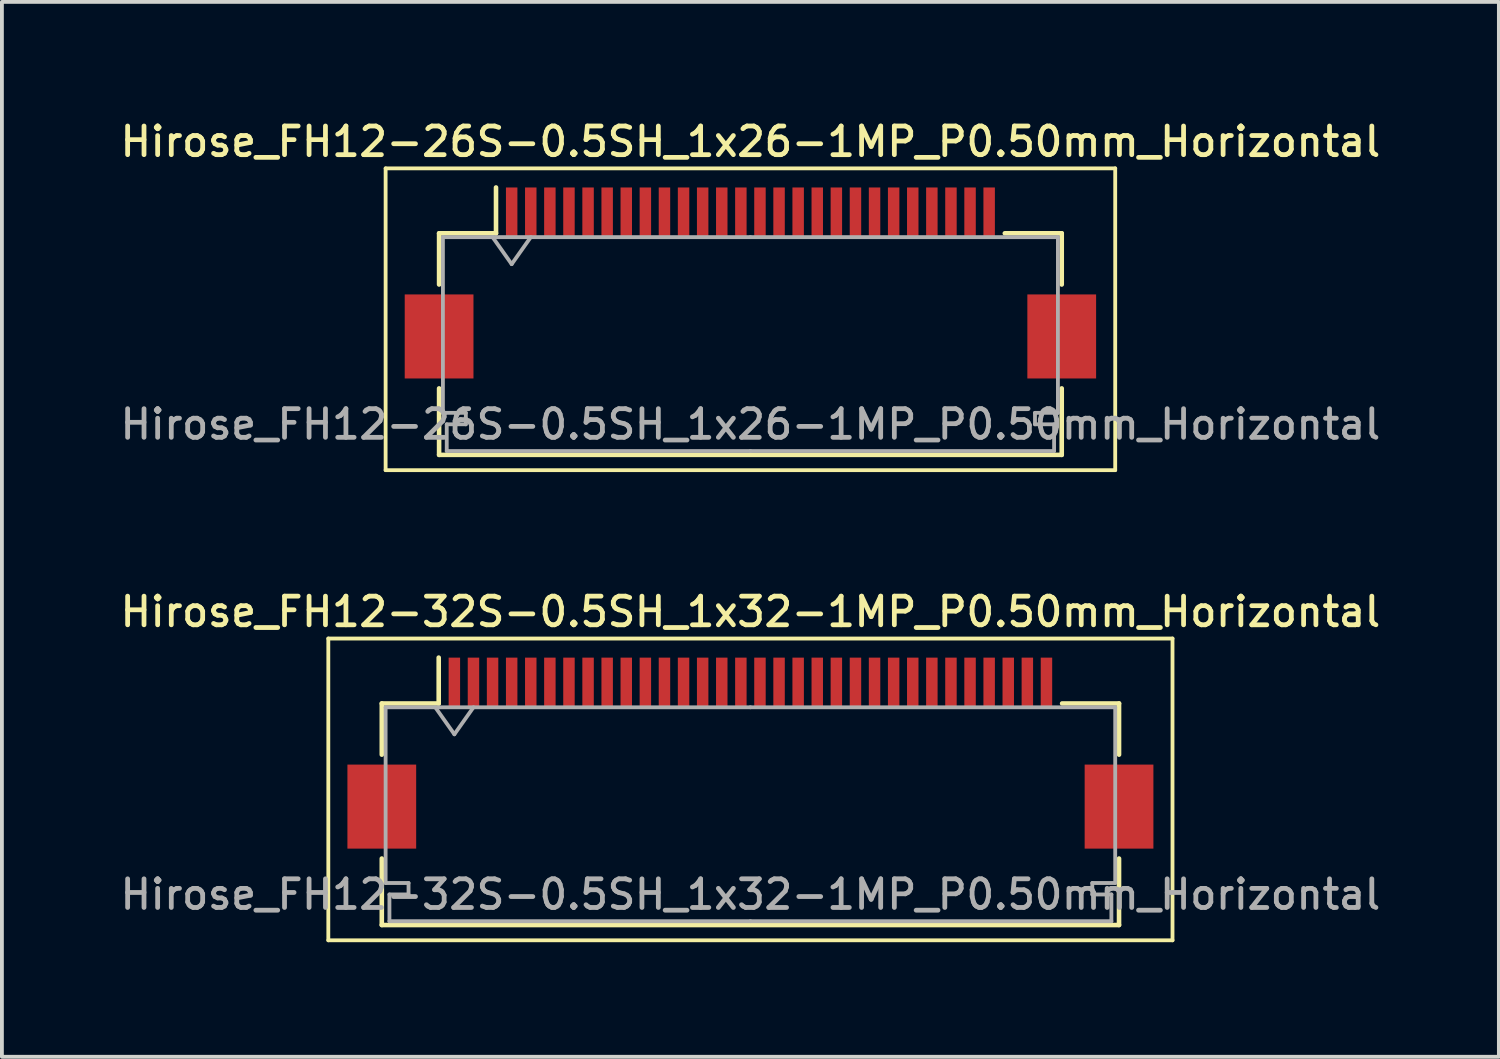
<source format=kicad_pcb>
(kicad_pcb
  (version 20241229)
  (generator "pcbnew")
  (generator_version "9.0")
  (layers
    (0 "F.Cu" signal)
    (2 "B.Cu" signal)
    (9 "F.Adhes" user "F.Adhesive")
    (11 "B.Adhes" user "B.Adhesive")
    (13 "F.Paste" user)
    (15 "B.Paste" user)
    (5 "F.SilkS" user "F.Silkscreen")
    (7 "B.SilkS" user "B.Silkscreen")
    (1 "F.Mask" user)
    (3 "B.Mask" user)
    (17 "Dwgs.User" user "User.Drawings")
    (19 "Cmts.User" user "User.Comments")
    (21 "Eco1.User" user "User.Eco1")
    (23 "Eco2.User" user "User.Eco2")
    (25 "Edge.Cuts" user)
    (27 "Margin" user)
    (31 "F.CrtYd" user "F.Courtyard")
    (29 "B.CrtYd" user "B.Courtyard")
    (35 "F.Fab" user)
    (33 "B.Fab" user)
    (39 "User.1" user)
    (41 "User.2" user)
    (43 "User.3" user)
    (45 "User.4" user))
  (footprint "Hirose_FH12-26S-0.5SH_1x26-1MP_P0.50mm_Horizontal"
    (layer "F.Cu")
    (at 16.595 4.358)
    (property "Reference" "Hirose_FH12-26S-0.5SH_1x26-1MP_P0.50mm_Horizontal" (at 0 -3.7 0) (layer "F.SilkS") (effects (font (size 0.75 0.75) (thickness 0.125))))
    (attr smd)
    (fp_line (start -9.55 -3) (end -9.55 4.9) (stroke (width 0.1) (type solid)) (layer "F.SilkS"))
    (fp_line (start -9.55 4.9) (end 9.55 4.9) (stroke (width 0.1) (type solid)) (layer "F.SilkS"))
    (fp_line (start -8.15 -1.3) (end -8.15 0.04) (stroke (width 0.12) (type solid)) (layer "F.SilkS"))
    (fp_line (start -8.15 2.76) (end -8.15 4.5) (stroke (width 0.12) (type solid)) (layer "F.SilkS"))
    (fp_line (start -8.15 4.5) (end 8.15 4.5) (stroke (width 0.12) (type solid)) (layer "F.SilkS"))
    (fp_line (start -6.66 -1.3) (end -8.15 -1.3) (stroke (width 0.12) (type solid)) (layer "F.SilkS"))
    (fp_line (start -6.66 -1.3) (end -6.66 -2.5) (stroke (width 0.12) (type solid)) (layer "F.SilkS"))
    (fp_line (start 6.66 -1.3) (end 8.15 -1.3) (stroke (width 0.12) (type solid)) (layer "F.SilkS"))
    (fp_line (start 8.15 -1.3) (end 8.15 0.04) (stroke (width 0.12) (type solid)) (layer "F.SilkS"))
    (fp_line (start 8.15 4.5) (end 8.15 2.76) (stroke (width 0.12) (type solid)) (layer "F.SilkS"))
    (fp_line (start 9.55 -3) (end -9.55 -3) (stroke (width 0.1) (type solid)) (layer "F.SilkS"))
    (fp_line (start 9.55 4.9) (end 9.55 -3) (stroke (width 0.1) (type solid)) (layer "F.SilkS"))
    (fp_line (start -8.05 -1.2) (end -8.05 3.4) (stroke (width 0.1) (type solid)) (layer "F.Fab"))
    (fp_line (start -8.05 3.4) (end -7.45 3.4) (stroke (width 0.1) (type solid)) (layer "F.Fab"))
    (fp_line (start -7.95 3.7) (end -7.95 4.4) (stroke (width 0.1) (type solid)) (layer "F.Fab"))
    (fp_line (start -7.95 4.4) (end 0 4.4) (stroke (width 0.1) (type solid)) (layer "F.Fab"))
    (fp_line (start -7.45 3.4) (end -7.45 3.7) (stroke (width 0.1) (type solid)) (layer "F.Fab"))
    (fp_line (start -7.45 3.7) (end -7.95 3.7) (stroke (width 0.1) (type solid)) (layer "F.Fab"))
    (fp_line (start -6.75 -1.2) (end -6.25 -0.493) (stroke (width 0.1) (type solid)) (layer "F.Fab"))
    (fp_line (start -6.25 -0.493) (end -5.75 -1.2) (stroke (width 0.1) (type solid)) (layer "F.Fab"))
    (fp_line (start 0 -1.2) (end -8.05 -1.2) (stroke (width 0.1) (type solid)) (layer "F.Fab"))
    (fp_line (start 0 -1.2) (end 8.05 -1.2) (stroke (width 0.1) (type solid)) (layer "F.Fab"))
    (fp_line (start 7.45 3.4) (end 7.45 3.7) (stroke (width 0.1) (type solid)) (layer "F.Fab"))
    (fp_line (start 7.45 3.7) (end 7.95 3.7) (stroke (width 0.1) (type solid)) (layer "F.Fab"))
    (fp_line (start 7.95 3.7) (end 7.95 4.4) (stroke (width 0.1) (type solid)) (layer "F.Fab"))
    (fp_line (start 7.95 4.4) (end 0 4.4) (stroke (width 0.1) (type solid)) (layer "F.Fab"))
    (fp_line (start 8.05 -1.2) (end 8.05 3.4) (stroke (width 0.1) (type solid)) (layer "F.Fab"))
    (fp_line (start 8.05 3.4) (end 7.45 3.4) (stroke (width 0.1) (type solid)) (layer "F.Fab"))
    (fp_text user "${REFERENCE}" (at 0 3.7 0) (layer "F.Fab") (effects (font (size 0.75 0.75) (thickness 0.125))))
    (pad "1" smd rect (at -6.25 -1.85) (size 0.3 1.3) (layers "F.Cu" "F.Mask" "F.Paste"))
    (pad "2" smd rect (at -5.75 -1.85) (size 0.3 1.3) (layers "F.Cu" "F.Mask" "F.Paste"))
    (pad "3" smd rect (at -5.25 -1.85) (size 0.3 1.3) (layers "F.Cu" "F.Mask" "F.Paste"))
    (pad "4" smd rect (at -4.75 -1.85) (size 0.3 1.3) (layers "F.Cu" "F.Mask" "F.Paste"))
    (pad "5" smd rect (at -4.25 -1.85) (size 0.3 1.3) (layers "F.Cu" "F.Mask" "F.Paste"))
    (pad "6" smd rect (at -3.75 -1.85) (size 0.3 1.3) (layers "F.Cu" "F.Mask" "F.Paste"))
    (pad "7" smd rect (at -3.25 -1.85) (size 0.3 1.3) (layers "F.Cu" "F.Mask" "F.Paste"))
    (pad "8" smd rect (at -2.75 -1.85) (size 0.3 1.3) (layers "F.Cu" "F.Mask" "F.Paste"))
    (pad "9" smd rect (at -2.25 -1.85) (size 0.3 1.3) (layers "F.Cu" "F.Mask" "F.Paste"))
    (pad "10" smd rect (at -1.75 -1.85) (size 0.3 1.3) (layers "F.Cu" "F.Mask" "F.Paste"))
    (pad "11" smd rect (at -1.25 -1.85) (size 0.3 1.3) (layers "F.Cu" "F.Mask" "F.Paste"))
    (pad "12" smd rect (at -0.75 -1.85) (size 0.3 1.3) (layers "F.Cu" "F.Mask" "F.Paste"))
    (pad "13" smd rect (at -0.25 -1.85) (size 0.3 1.3) (layers "F.Cu" "F.Mask" "F.Paste"))
    (pad "14" smd rect (at 0.25 -1.85) (size 0.3 1.3) (layers "F.Cu" "F.Mask" "F.Paste"))
    (pad "15" smd rect (at 0.75 -1.85) (size 0.3 1.3) (layers "F.Cu" "F.Mask" "F.Paste"))
    (pad "16" smd rect (at 1.25 -1.85) (size 0.3 1.3) (layers "F.Cu" "F.Mask" "F.Paste"))
    (pad "17" smd rect (at 1.75 -1.85) (size 0.3 1.3) (layers "F.Cu" "F.Mask" "F.Paste"))
    (pad "18" smd rect (at 2.25 -1.85) (size 0.3 1.3) (layers "F.Cu" "F.Mask" "F.Paste"))
    (pad "19" smd rect (at 2.75 -1.85) (size 0.3 1.3) (layers "F.Cu" "F.Mask" "F.Paste"))
    (pad "20" smd rect (at 3.25 -1.85) (size 0.3 1.3) (layers "F.Cu" "F.Mask" "F.Paste"))
    (pad "21" smd rect (at 3.75 -1.85) (size 0.3 1.3) (layers "F.Cu" "F.Mask" "F.Paste"))
    (pad "22" smd rect (at 4.25 -1.85) (size 0.3 1.3) (layers "F.Cu" "F.Mask" "F.Paste"))
    (pad "23" smd rect (at 4.75 -1.85) (size 0.3 1.3) (layers "F.Cu" "F.Mask" "F.Paste"))
    (pad "24" smd rect (at 5.25 -1.85) (size 0.3 1.3) (layers "F.Cu" "F.Mask" "F.Paste"))
    (pad "25" smd rect (at 5.75 -1.85) (size 0.3 1.3) (layers "F.Cu" "F.Mask" "F.Paste"))
    (pad "26" smd rect (at 6.25 -1.85) (size 0.3 1.3) (layers "F.Cu" "F.Mask" "F.Paste"))
    (pad "MP" smd rect (at -8.15 1.4) (size 1.8 2.2) (layers "F.Cu" "F.Mask" "F.Paste"))
    (pad "MP" smd rect (at 8.15 1.4) (size 1.8 2.2) (layers "F.Cu" "F.Mask" "F.Paste")))
  (footprint "Hirose_FH12-32S-0.5SH_1x32-1MP_P0.50mm_Horizontal"
    (layer "F.Cu")
    (at 16.595 16.666)
    (property "Reference" "Hirose_FH12-32S-0.5SH_1x32-1MP_P0.50mm_Horizontal" (at 0 -3.7 0) (layer "F.SilkS") (effects (font (size 0.75 0.75) (thickness 0.125))))
    (attr smd)
    (fp_line (start -11.05 -3) (end -11.05 4.9) (stroke (width 0.1) (type solid)) (layer "F.SilkS"))
    (fp_line (start -11.05 4.9) (end 11.05 4.9) (stroke (width 0.1) (type solid)) (layer "F.SilkS"))
    (fp_line (start -9.65 -1.3) (end -9.65 0.04) (stroke (width 0.12) (type solid)) (layer "F.SilkS"))
    (fp_line (start -9.65 2.76) (end -9.65 4.5) (stroke (width 0.12) (type solid)) (layer "F.SilkS"))
    (fp_line (start -9.65 4.5) (end 9.65 4.5) (stroke (width 0.12) (type solid)) (layer "F.SilkS"))
    (fp_line (start -8.16 -1.3) (end -9.65 -1.3) (stroke (width 0.12) (type solid)) (layer "F.SilkS"))
    (fp_line (start -8.16 -1.3) (end -8.16 -2.5) (stroke (width 0.12) (type solid)) (layer "F.SilkS"))
    (fp_line (start 8.16 -1.3) (end 9.65 -1.3) (stroke (width 0.12) (type solid)) (layer "F.SilkS"))
    (fp_line (start 9.65 -1.3) (end 9.65 0.04) (stroke (width 0.12) (type solid)) (layer "F.SilkS"))
    (fp_line (start 9.65 4.5) (end 9.65 2.76) (stroke (width 0.12) (type solid)) (layer "F.SilkS"))
    (fp_line (start 11.05 -3) (end -11.05 -3) (stroke (width 0.1) (type solid)) (layer "F.SilkS"))
    (fp_line (start 11.05 4.9) (end 11.05 -3) (stroke (width 0.1) (type solid)) (layer "F.SilkS"))
    (fp_line (start -9.55 -1.2) (end -9.55 3.4) (stroke (width 0.1) (type solid)) (layer "F.Fab"))
    (fp_line (start -9.55 3.4) (end -8.95 3.4) (stroke (width 0.1) (type solid)) (layer "F.Fab"))
    (fp_line (start -9.45 3.7) (end -9.45 4.4) (stroke (width 0.1) (type solid)) (layer "F.Fab"))
    (fp_line (start -9.45 4.4) (end 0 4.4) (stroke (width 0.1) (type solid)) (layer "F.Fab"))
    (fp_line (start -8.95 3.4) (end -8.95 3.7) (stroke (width 0.1) (type solid)) (layer "F.Fab"))
    (fp_line (start -8.95 3.7) (end -9.45 3.7) (stroke (width 0.1) (type solid)) (layer "F.Fab"))
    (fp_line (start -8.25 -1.2) (end -7.75 -0.493) (stroke (width 0.1) (type solid)) (layer "F.Fab"))
    (fp_line (start -7.75 -0.493) (end -7.25 -1.2) (stroke (width 0.1) (type solid)) (layer "F.Fab"))
    (fp_line (start 0 -1.2) (end -9.55 -1.2) (stroke (width 0.1) (type solid)) (layer "F.Fab"))
    (fp_line (start 0 -1.2) (end 9.55 -1.2) (stroke (width 0.1) (type solid)) (layer "F.Fab"))
    (fp_line (start 8.95 3.4) (end 8.95 3.7) (stroke (width 0.1) (type solid)) (layer "F.Fab"))
    (fp_line (start 8.95 3.7) (end 9.45 3.7) (stroke (width 0.1) (type solid)) (layer "F.Fab"))
    (fp_line (start 9.45 3.7) (end 9.45 4.4) (stroke (width 0.1) (type solid)) (layer "F.Fab"))
    (fp_line (start 9.45 4.4) (end 0 4.4) (stroke (width 0.1) (type solid)) (layer "F.Fab"))
    (fp_line (start 9.55 -1.2) (end 9.55 3.4) (stroke (width 0.1) (type solid)) (layer "F.Fab"))
    (fp_line (start 9.55 3.4) (end 8.95 3.4) (stroke (width 0.1) (type solid)) (layer "F.Fab"))
    (fp_text user "${REFERENCE}" (at 0 3.7 0) (layer "F.Fab") (effects (font (size 0.75 0.75) (thickness 0.125))))
    (pad "1" smd rect (at -7.75 -1.85) (size 0.3 1.3) (layers "F.Cu" "F.Mask" "F.Paste"))
    (pad "2" smd rect (at -7.25 -1.85) (size 0.3 1.3) (layers "F.Cu" "F.Mask" "F.Paste"))
    (pad "3" smd rect (at -6.75 -1.85) (size 0.3 1.3) (layers "F.Cu" "F.Mask" "F.Paste"))
    (pad "4" smd rect (at -6.25 -1.85) (size 0.3 1.3) (layers "F.Cu" "F.Mask" "F.Paste"))
    (pad "5" smd rect (at -5.75 -1.85) (size 0.3 1.3) (layers "F.Cu" "F.Mask" "F.Paste"))
    (pad "6" smd rect (at -5.25 -1.85) (size 0.3 1.3) (layers "F.Cu" "F.Mask" "F.Paste"))
    (pad "7" smd rect (at -4.75 -1.85) (size 0.3 1.3) (layers "F.Cu" "F.Mask" "F.Paste"))
    (pad "8" smd rect (at -4.25 -1.85) (size 0.3 1.3) (layers "F.Cu" "F.Mask" "F.Paste"))
    (pad "9" smd rect (at -3.75 -1.85) (size 0.3 1.3) (layers "F.Cu" "F.Mask" "F.Paste"))
    (pad "10" smd rect (at -3.25 -1.85) (size 0.3 1.3) (layers "F.Cu" "F.Mask" "F.Paste"))
    (pad "11" smd rect (at -2.75 -1.85) (size 0.3 1.3) (layers "F.Cu" "F.Mask" "F.Paste"))
    (pad "12" smd rect (at -2.25 -1.85) (size 0.3 1.3) (layers "F.Cu" "F.Mask" "F.Paste"))
    (pad "13" smd rect (at -1.75 -1.85) (size 0.3 1.3) (layers "F.Cu" "F.Mask" "F.Paste"))
    (pad "14" smd rect (at -1.25 -1.85) (size 0.3 1.3) (layers "F.Cu" "F.Mask" "F.Paste"))
    (pad "15" smd rect (at -0.75 -1.85) (size 0.3 1.3) (layers "F.Cu" "F.Mask" "F.Paste"))
    (pad "16" smd rect (at -0.25 -1.85) (size 0.3 1.3) (layers "F.Cu" "F.Mask" "F.Paste"))
    (pad "17" smd rect (at 0.25 -1.85) (size 0.3 1.3) (layers "F.Cu" "F.Mask" "F.Paste"))
    (pad "18" smd rect (at 0.75 -1.85) (size 0.3 1.3) (layers "F.Cu" "F.Mask" "F.Paste"))
    (pad "19" smd rect (at 1.25 -1.85) (size 0.3 1.3) (layers "F.Cu" "F.Mask" "F.Paste"))
    (pad "20" smd rect (at 1.75 -1.85) (size 0.3 1.3) (layers "F.Cu" "F.Mask" "F.Paste"))
    (pad "21" smd rect (at 2.25 -1.85) (size 0.3 1.3) (layers "F.Cu" "F.Mask" "F.Paste"))
    (pad "22" smd rect (at 2.75 -1.85) (size 0.3 1.3) (layers "F.Cu" "F.Mask" "F.Paste"))
    (pad "23" smd rect (at 3.25 -1.85) (size 0.3 1.3) (layers "F.Cu" "F.Mask" "F.Paste"))
    (pad "24" smd rect (at 3.75 -1.85) (size 0.3 1.3) (layers "F.Cu" "F.Mask" "F.Paste"))
    (pad "25" smd rect (at 4.25 -1.85) (size 0.3 1.3) (layers "F.Cu" "F.Mask" "F.Paste"))
    (pad "26" smd rect (at 4.75 -1.85) (size 0.3 1.3) (layers "F.Cu" "F.Mask" "F.Paste"))
    (pad "27" smd rect (at 5.25 -1.85) (size 0.3 1.3) (layers "F.Cu" "F.Mask" "F.Paste"))
    (pad "28" smd rect (at 5.75 -1.85) (size 0.3 1.3) (layers "F.Cu" "F.Mask" "F.Paste"))
    (pad "29" smd rect (at 6.25 -1.85) (size 0.3 1.3) (layers "F.Cu" "F.Mask" "F.Paste"))
    (pad "30" smd rect (at 6.75 -1.85) (size 0.3 1.3) (layers "F.Cu" "F.Mask" "F.Paste"))
    (pad "31" smd rect (at 7.25 -1.85) (size 0.3 1.3) (layers "F.Cu" "F.Mask" "F.Paste"))
    (pad "32" smd rect (at 7.75 -1.85) (size 0.3 1.3) (layers "F.Cu" "F.Mask" "F.Paste"))
    (pad "MP" smd rect (at -9.65 1.4) (size 1.8 2.2) (layers "F.Cu" "F.Mask" "F.Paste"))
    (pad "MP" smd rect (at 9.65 1.4) (size 1.8 2.2) (layers "F.Cu" "F.Mask" "F.Paste")))
  (gr_rect
    (start -3 -3)
    (end 36.189 24.616)
    (stroke (width 0.1) (type default))
    (fill no)
    (layer "Edge.Cuts")))
</source>
